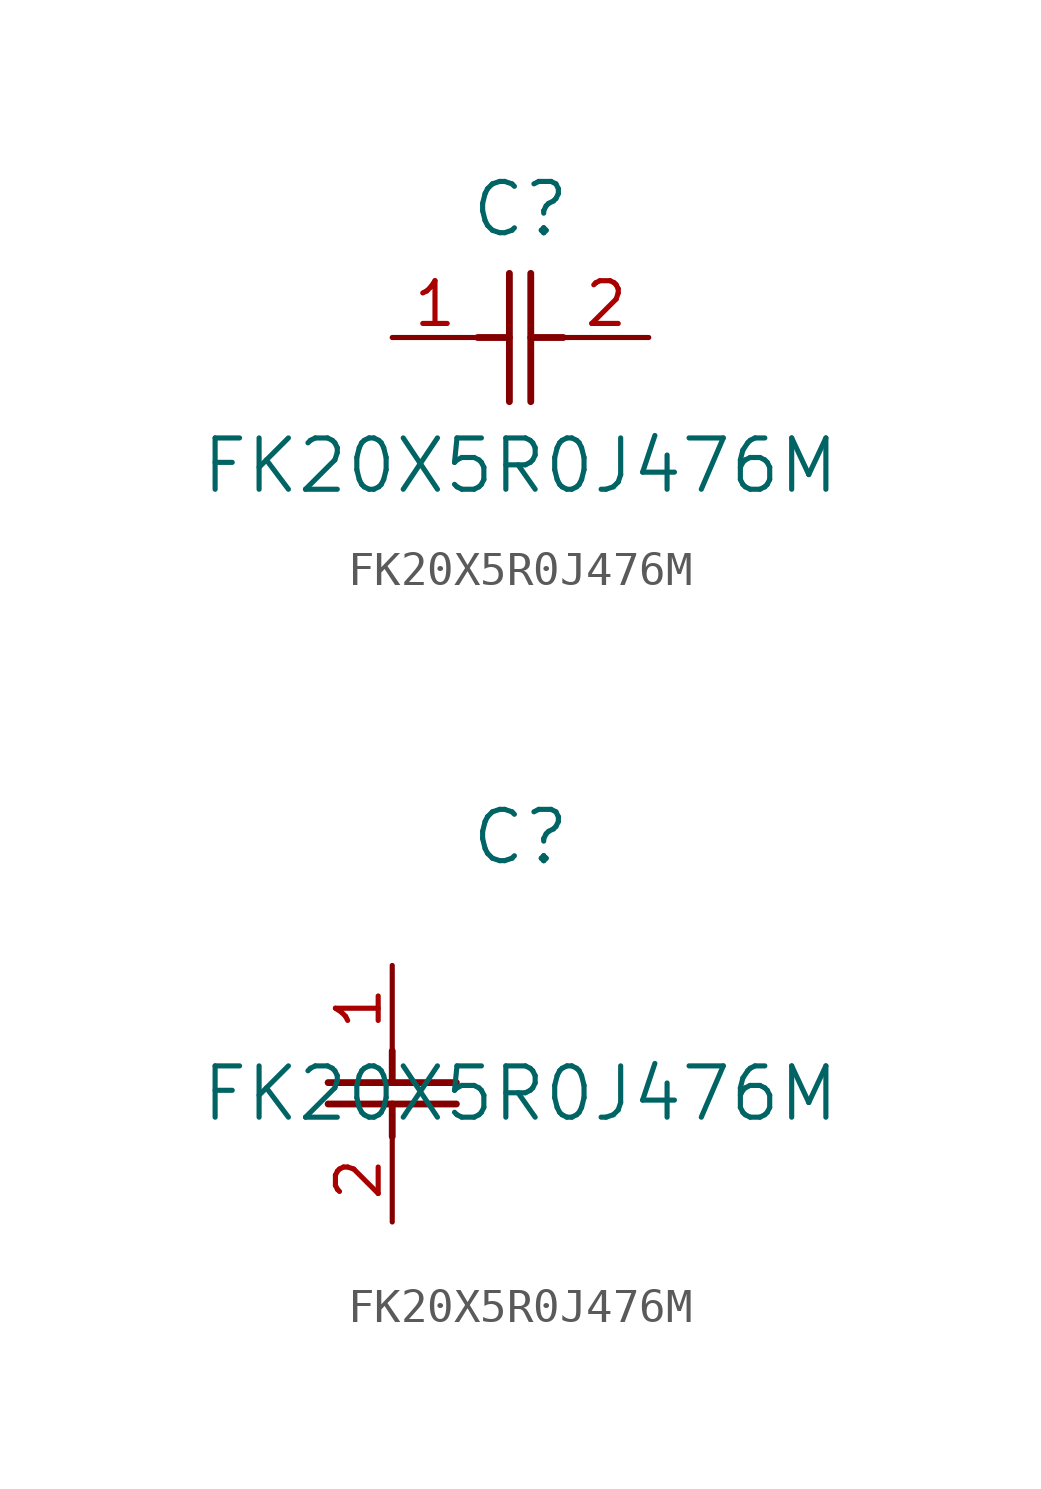
<source format=kicad_sym>
(kicad_symbol_lib
  (version 20211014)
  (generator kicad_symbol_editor)
  (symbol "FK20X5R0J476M"
    (pin_names
      (offset 0.254))
    (property "Reference" "C"
      (at 3.81 3.81 0)
      (effects (font (size 1.524 1.524))))
    (property "Value" "FK20X5R0J476M"
      (at 3.81 -3.81 0)
      (effects (font (size 1.524 1.524))))
    (symbol "FK20X5R0J476M_1_1"
      (polyline (pts (xy 3.48 -1.905) (xy 3.48 1.905)) (stroke (width 0.203) (type default) (color 0 0 0 0)) (fill (type none)))
      (polyline (pts (xy 4.115 -1.905) (xy 4.115 1.905)) (stroke (width 0.203) (type default) (color 0 0 0 0)) (fill (type none)))
      (polyline (pts (xy 4.115 0) (xy 5.08 0)) (stroke (width 0.203) (type default) (color 0 0 0 0)) (fill (type none)))
      (polyline (pts (xy 2.54 0) (xy 3.48 0)) (stroke (width 0.203) (type default) (color 0 0 0 0)) (fill (type none)))
      (pin unspecified line (at 0 0 0) (length 2.54) (name "" (effects (font (size 1.27 1.27)))) (number "1" (effects (font (size 1.27 1.27)))))
      (pin unspecified line (at 7.62 0 180) (length 2.54) (name "" (effects (font (size 1.27 1.27)))) (number "2" (effects (font (size 1.27 1.27))))))
    (symbol "FK20X5R0J476M_1_2"
      (polyline (pts (xy -1.905 -3.48) (xy 1.905 -3.48)) (stroke (width 0.203) (type default) (color 0 0 0 0)) (fill (type none)))
      (polyline (pts (xy -1.905 -4.115) (xy 1.905 -4.115)) (stroke (width 0.203) (type default) (color 0 0 0 0)) (fill (type none)))
      (polyline (pts (xy 0 -4.115) (xy 0 -5.08)) (stroke (width 0.203) (type default) (color 0 0 0 0)) (fill (type none)))
      (polyline (pts (xy 0 -2.54) (xy 0 -3.48)) (stroke (width 0.203) (type default) (color 0 0 0 0)) (fill (type none)))
      (pin unspecified line (at 0 0 270) (length 2.54) (name "" (effects (font (size 1.27 1.27)))) (number "1" (effects (font (size 1.27 1.27)))))
      (pin unspecified line (at 0 -7.62 90) (length 2.54) (name "" (effects (font (size 1.27 1.27)))) (number "2" (effects (font (size 1.27 1.27))))))))
</source>
